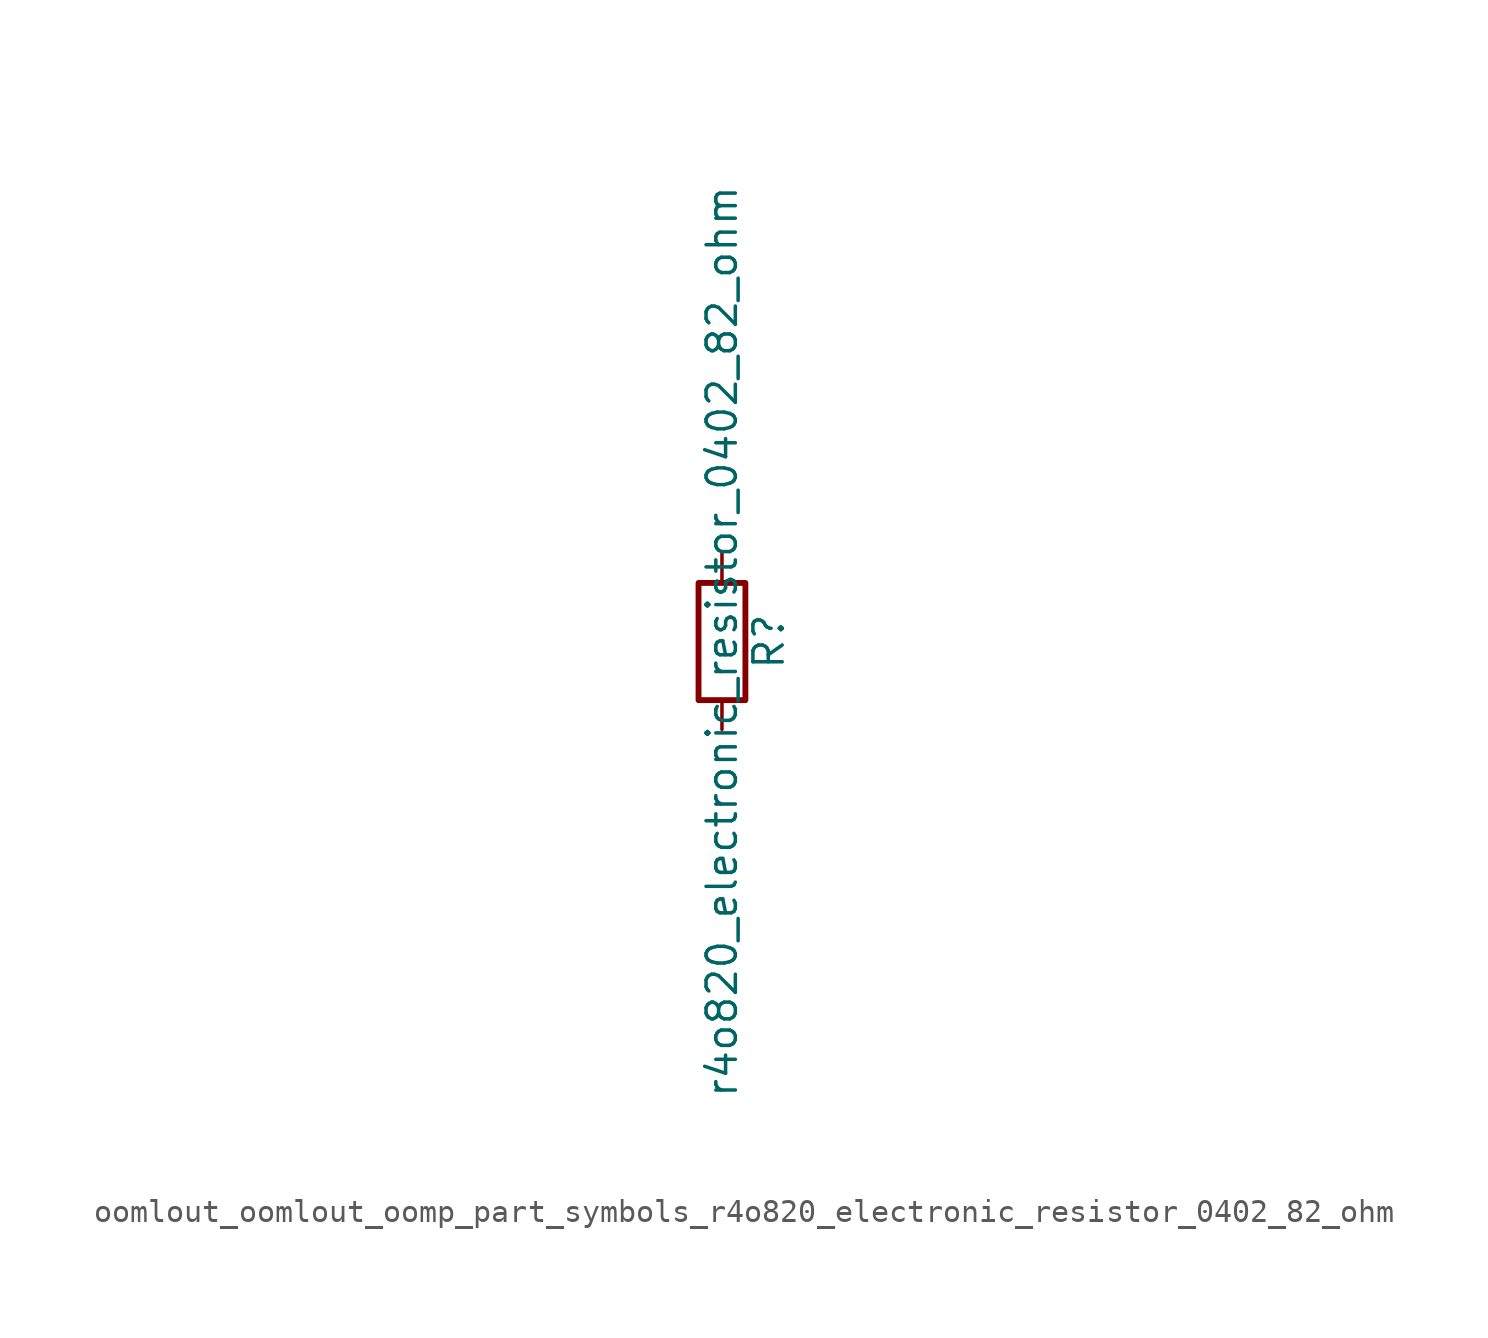
<source format=kicad_sym>
(kicad_symbol_lib
  (version 20220914)
  (generator kicad_symbol_editor)
  (symbol "oomlout_oomlout_oomp_part_symbols_r4o820_electronic_resistor_0402_82_ohm"
    (pin_numbers hide)
    (pin_names
      (offset 0))
    (property "Reference" "R"
      (at 2.032 0 90)
      (effects (font (size 1.27 1.27))))
    (property "Value" "r4o820_electronic_resistor_0402_82_ohm"
      (at 0 0 90)
      (effects (font (size 1.27 1.27))))
    (symbol "oomlout_oomlout_oomp_part_symbols_r4o820_electronic_resistor_0402_82_ohm_0_1"
      (rectangle (start -1.016 -2.54) (end 1.016 2.54) (stroke (width 0.254) (type default)) (fill (type none))))
    (symbol "oomlout_oomlout_oomp_part_symbols_r4o820_electronic_resistor_0402_82_ohm_1_1"
      (pin passive line (at 0 3.81 270) (length 1.27) (name "~" (effects (font (size 1.27 1.27)))) (number "1" (effects (font (size 1.27 1.27)))))
      (pin passive line (at 0 -3.81 90) (length 1.27) (name "~" (effects (font (size 1.27 1.27)))) (number "2" (effects (font (size 1.27 1.27))))))))
</source>
